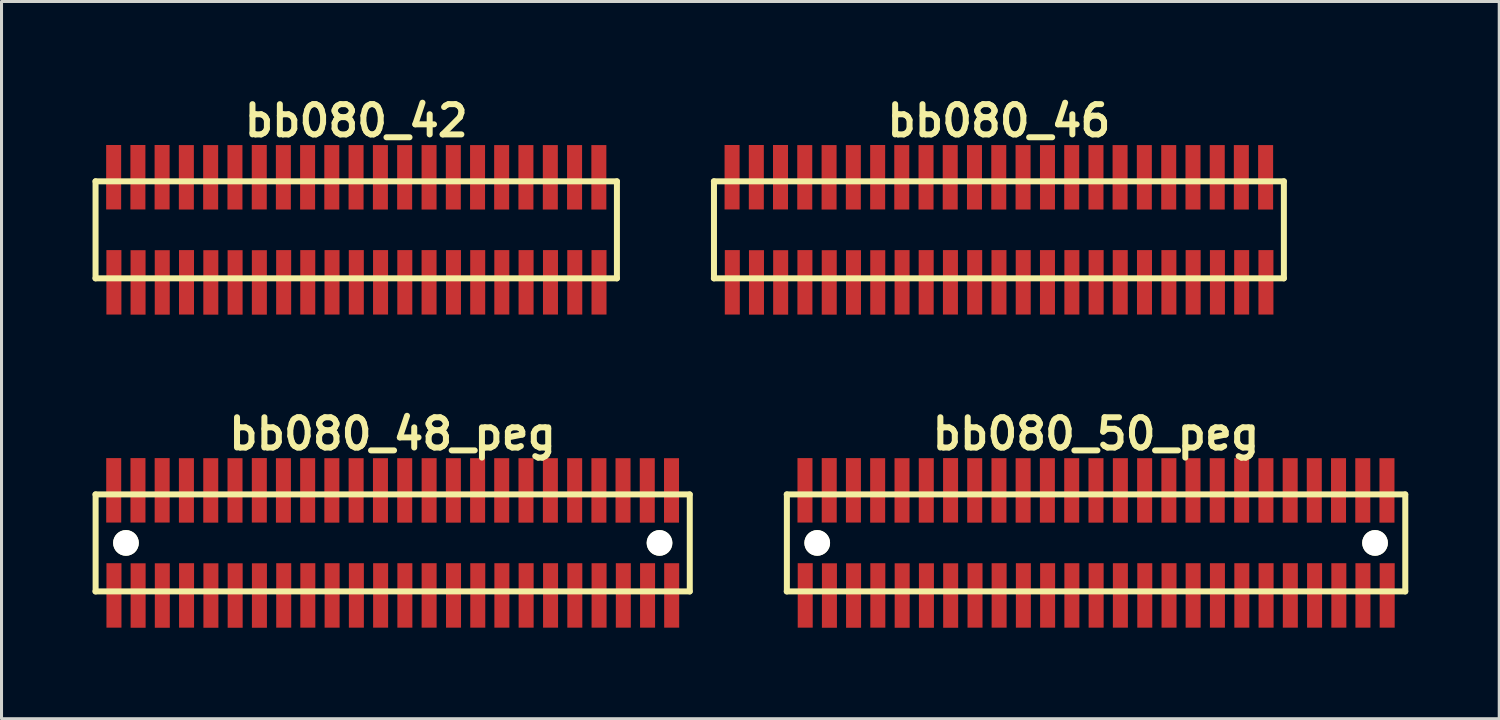
<source format=kicad_pcb>
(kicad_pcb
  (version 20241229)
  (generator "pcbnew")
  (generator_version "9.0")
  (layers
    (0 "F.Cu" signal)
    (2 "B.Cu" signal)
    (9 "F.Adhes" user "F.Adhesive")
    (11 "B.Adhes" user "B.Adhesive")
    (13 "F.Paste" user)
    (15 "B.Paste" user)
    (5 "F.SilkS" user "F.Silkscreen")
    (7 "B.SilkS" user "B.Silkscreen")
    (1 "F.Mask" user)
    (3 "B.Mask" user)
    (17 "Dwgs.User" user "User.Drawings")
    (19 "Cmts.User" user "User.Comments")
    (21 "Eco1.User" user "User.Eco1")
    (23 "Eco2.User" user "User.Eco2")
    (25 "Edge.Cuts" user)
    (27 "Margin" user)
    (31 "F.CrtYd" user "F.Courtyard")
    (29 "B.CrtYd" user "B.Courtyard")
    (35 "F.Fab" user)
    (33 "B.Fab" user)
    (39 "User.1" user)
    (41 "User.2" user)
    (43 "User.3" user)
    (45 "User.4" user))
  (footprint "bb080_42"
    (layer "F.Cu")
    (at 8.7 4.531)
    (property "Reference" "bb080_42" (at 0 -3.599 0) (layer "F.SilkS") (effects (font (size 0.998 0.998) (thickness 0.198))))
    (attr through_hole)
    (fp_line (start -8.6 -1.6) (end 8.6 -1.6) (stroke (width 0.198) (type solid)) (layer "F.SilkS"))
    (fp_line (start -8.598 -1.6) (end -8.598 1.6) (stroke (width 0.198) (type solid)) (layer "F.SilkS"))
    (fp_line (start 8.6 1.6) (end -8.6 1.6) (stroke (width 0.198) (type solid)) (layer "F.SilkS"))
    (fp_line (start 8.6 1.6) (end 8.6 -1.6) (stroke (width 0.198) (type solid)) (layer "F.SilkS"))
    (pad "1" smd rect (at -7.993 1.732) (size 0.495 2.126) (layers "F.Cu" "F.Mask" "F.Paste"))
    (pad "2" smd rect (at -8.001 -1.735) (size 0.495 2.126) (layers "F.Cu" "F.Mask" "F.Paste"))
    (pad "3" smd rect (at -7.196 1.735) (size 0.495 2.126) (layers "F.Cu" "F.Mask" "F.Paste"))
    (pad "4" smd rect (at -7.201 -1.735) (size 0.495 2.126) (layers "F.Cu" "F.Mask" "F.Paste"))
    (pad "5" smd rect (at -6.398 1.735) (size 0.495 2.126) (layers "F.Cu" "F.Mask" "F.Paste"))
    (pad "6" smd rect (at -6.403 -1.735) (size 0.495 2.126) (layers "F.Cu" "F.Mask" "F.Paste"))
    (pad "7" smd rect (at -5.598 1.732) (size 0.495 2.126) (layers "F.Cu" "F.Mask" "F.Paste"))
    (pad "8" smd rect (at -5.603 -1.732) (size 0.495 2.126) (layers "F.Cu" "F.Mask" "F.Paste"))
    (pad "9" smd rect (at -4.796 1.735) (size 0.495 2.126) (layers "F.Cu" "F.Mask" "F.Paste"))
    (pad "10" smd rect (at -4.801 -1.732) (size 0.495 2.126) (layers "F.Cu" "F.Mask" "F.Paste"))
    (pad "11" smd rect (at -3.995 1.735) (size 0.495 2.126) (layers "F.Cu" "F.Mask" "F.Paste"))
    (pad "12" smd rect (at -4 -1.732) (size 0.495 2.126) (layers "F.Cu" "F.Mask" "F.Paste"))
    (pad "13" smd rect (at -3.195 1.735) (size 0.495 2.126) (layers "F.Cu" "F.Mask" "F.Paste"))
    (pad "14" smd rect (at -3.198 -1.735) (size 0.495 2.126) (layers "F.Cu" "F.Mask" "F.Paste"))
    (pad "15" smd rect (at -2.393 1.732) (size 0.495 2.126) (layers "F.Cu" "F.Mask" "F.Paste"))
    (pad "16" smd rect (at -2.403 -1.732) (size 0.495 2.126) (layers "F.Cu" "F.Mask" "F.Paste"))
    (pad "17" smd rect (at -1.598 1.732) (size 0.495 2.126) (layers "F.Cu" "F.Mask" "F.Paste"))
    (pad "18" smd rect (at -1.603 -1.732) (size 0.495 2.126) (layers "F.Cu" "F.Mask" "F.Paste"))
    (pad "19" smd rect (at -0.798 1.732) (size 0.495 2.126) (layers "F.Cu" "F.Mask" "F.Paste"))
    (pad "20" smd rect (at -0.805 -1.732) (size 0.495 2.126) (layers "F.Cu" "F.Mask" "F.Paste"))
    (pad "21" smd rect (at 0.003 1.732) (size 0.495 2.126) (layers "F.Cu" "F.Mask" "F.Paste"))
    (pad "22" smd rect (at -0.005 -1.732) (size 0.495 2.126) (layers "F.Cu" "F.Mask" "F.Paste"))
    (pad "23" smd rect (at 0.803 1.732) (size 0.495 2.126) (layers "F.Cu" "F.Mask" "F.Paste"))
    (pad "24" smd rect (at 0.798 -1.732) (size 0.495 2.126) (layers "F.Cu" "F.Mask" "F.Paste"))
    (pad "25" smd rect (at 1.603 1.732) (size 0.495 2.126) (layers "F.Cu" "F.Mask" "F.Paste"))
    (pad "26" smd rect (at 1.598 -1.732) (size 0.495 2.126) (layers "F.Cu" "F.Mask" "F.Paste"))
    (pad "27" smd rect (at 2.403 1.732) (size 0.495 2.126) (layers "F.Cu" "F.Mask" "F.Paste"))
    (pad "28" smd rect (at 2.403 -1.732) (size 0.495 2.126) (layers "F.Cu" "F.Mask" "F.Paste"))
    (pad "29" smd rect (at 3.208 1.732) (size 0.495 2.126) (layers "F.Cu" "F.Mask" "F.Paste"))
    (pad "30" smd rect (at 3.203 -1.732) (size 0.495 2.126) (layers "F.Cu" "F.Mask" "F.Paste"))
    (pad "31" smd rect (at 4.008 1.732) (size 0.495 2.126) (layers "F.Cu" "F.Mask" "F.Paste"))
    (pad "32" smd rect (at 4.003 -1.732) (size 0.495 2.126) (layers "F.Cu" "F.Mask" "F.Paste"))
    (pad "33" smd rect (at 4.803 1.732) (size 0.495 2.126) (layers "F.Cu" "F.Mask" "F.Paste"))
    (pad "34" smd rect (at 4.798 -1.732) (size 0.495 2.126) (layers "F.Cu" "F.Mask" "F.Paste"))
    (pad "35" smd rect (at 5.603 1.732) (size 0.495 2.126) (layers "F.Cu" "F.Mask" "F.Paste"))
    (pad "36" smd rect (at 5.598 -1.732) (size 0.495 2.126) (layers "F.Cu" "F.Mask" "F.Paste"))
    (pad "37" smd rect (at 6.408 1.732) (size 0.495 2.126) (layers "F.Cu" "F.Mask" "F.Paste"))
    (pad "38" smd rect (at 6.403 -1.732) (size 0.495 2.126) (layers "F.Cu" "F.Mask" "F.Paste"))
    (pad "39" smd rect (at 7.209 1.732) (size 0.495 2.126) (layers "F.Cu" "F.Mask" "F.Paste"))
    (pad "40" smd rect (at 7.203 -1.732) (size 0.495 2.126) (layers "F.Cu" "F.Mask" "F.Paste"))
    (pad "41" smd rect (at 8.009 1.732) (size 0.495 2.126) (layers "F.Cu" "F.Mask" "F.Paste"))
    (pad "42" smd rect (at 8.004 -1.732) (size 0.495 2.126) (layers "F.Cu" "F.Mask" "F.Paste")))
  (footprint "bb080_46"
    (layer "F.Cu")
    (at 29.899 4.531)
    (property "Reference" "bb080_46" (at 0 -3.599 0) (layer "F.SilkS") (effects (font (size 0.998 0.998) (thickness 0.198))))
    (attr through_hole)
    (fp_line (start -9.401 1.6) (end 9.401 1.6) (stroke (width 0.198) (type solid)) (layer "F.SilkS"))
    (fp_line (start -9.398 -1.6) (end -9.398 1.6) (stroke (width 0.198) (type solid)) (layer "F.SilkS"))
    (fp_line (start 9.401 -1.6) (end -9.401 -1.6) (stroke (width 0.198) (type solid)) (layer "F.SilkS"))
    (fp_line (start 9.401 1.6) (end 9.401 -1.6) (stroke (width 0.198) (type solid)) (layer "F.SilkS"))
    (pad "1" smd rect (at -8.793 1.732) (size 0.495 2.126) (layers "F.Cu" "F.Mask" "F.Paste"))
    (pad "2" smd rect (at -8.801 -1.735) (size 0.495 2.126) (layers "F.Cu" "F.Mask" "F.Paste"))
    (pad "3" smd rect (at -7.996 1.735) (size 0.495 2.126) (layers "F.Cu" "F.Mask" "F.Paste"))
    (pad "4" smd rect (at -8.001 -1.735) (size 0.495 2.126) (layers "F.Cu" "F.Mask" "F.Paste"))
    (pad "5" smd rect (at -7.198 1.735) (size 0.495 2.126) (layers "F.Cu" "F.Mask" "F.Paste"))
    (pad "6" smd rect (at -7.203 -1.735) (size 0.495 2.126) (layers "F.Cu" "F.Mask" "F.Paste"))
    (pad "7" smd rect (at -6.398 1.732) (size 0.495 2.126) (layers "F.Cu" "F.Mask" "F.Paste"))
    (pad "8" smd rect (at -6.403 -1.732) (size 0.495 2.126) (layers "F.Cu" "F.Mask" "F.Paste"))
    (pad "9" smd rect (at -5.596 1.735) (size 0.495 2.126) (layers "F.Cu" "F.Mask" "F.Paste"))
    (pad "10" smd rect (at -5.601 -1.732) (size 0.495 2.126) (layers "F.Cu" "F.Mask" "F.Paste"))
    (pad "11" smd rect (at -4.796 1.735) (size 0.495 2.126) (layers "F.Cu" "F.Mask" "F.Paste"))
    (pad "12" smd rect (at -4.801 -1.732) (size 0.495 2.126) (layers "F.Cu" "F.Mask" "F.Paste"))
    (pad "13" smd rect (at -3.995 1.735) (size 0.495 2.126) (layers "F.Cu" "F.Mask" "F.Paste"))
    (pad "14" smd rect (at -3.998 -1.735) (size 0.495 2.126) (layers "F.Cu" "F.Mask" "F.Paste"))
    (pad "15" smd rect (at -3.193 1.732) (size 0.495 2.126) (layers "F.Cu" "F.Mask" "F.Paste"))
    (pad "16" smd rect (at -3.203 -1.732) (size 0.495 2.126) (layers "F.Cu" "F.Mask" "F.Paste"))
    (pad "17" smd rect (at -2.398 1.732) (size 0.495 2.126) (layers "F.Cu" "F.Mask" "F.Paste"))
    (pad "18" smd rect (at -2.403 -1.732) (size 0.495 2.126) (layers "F.Cu" "F.Mask" "F.Paste"))
    (pad "19" smd rect (at -1.598 1.732) (size 0.495 2.126) (layers "F.Cu" "F.Mask" "F.Paste"))
    (pad "20" smd rect (at -1.605 -1.732) (size 0.495 2.126) (layers "F.Cu" "F.Mask" "F.Paste"))
    (pad "21" smd rect (at -0.798 1.732) (size 0.495 2.126) (layers "F.Cu" "F.Mask" "F.Paste"))
    (pad "22" smd rect (at -0.805 -1.732) (size 0.495 2.126) (layers "F.Cu" "F.Mask" "F.Paste"))
    (pad "23" smd rect (at 0.003 1.732) (size 0.495 2.126) (layers "F.Cu" "F.Mask" "F.Paste"))
    (pad "24" smd rect (at -0.003 -1.732) (size 0.495 2.126) (layers "F.Cu" "F.Mask" "F.Paste"))
    (pad "25" smd rect (at 0.803 1.732) (size 0.495 2.126) (layers "F.Cu" "F.Mask" "F.Paste"))
    (pad "26" smd rect (at 0.798 -1.732) (size 0.495 2.126) (layers "F.Cu" "F.Mask" "F.Paste"))
    (pad "27" smd rect (at 1.603 1.732) (size 0.495 2.126) (layers "F.Cu" "F.Mask" "F.Paste"))
    (pad "28" smd rect (at 1.603 -1.732) (size 0.495 2.126) (layers "F.Cu" "F.Mask" "F.Paste"))
    (pad "29" smd rect (at 2.408 1.732) (size 0.495 2.126) (layers "F.Cu" "F.Mask" "F.Paste"))
    (pad "30" smd rect (at 2.403 -1.732) (size 0.495 2.126) (layers "F.Cu" "F.Mask" "F.Paste"))
    (pad "31" smd rect (at 3.208 1.732) (size 0.495 2.126) (layers "F.Cu" "F.Mask" "F.Paste"))
    (pad "32" smd rect (at 3.203 -1.732) (size 0.495 2.126) (layers "F.Cu" "F.Mask" "F.Paste"))
    (pad "33" smd rect (at 4.003 1.732) (size 0.495 2.126) (layers "F.Cu" "F.Mask" "F.Paste"))
    (pad "34" smd rect (at 3.998 -1.732) (size 0.495 2.126) (layers "F.Cu" "F.Mask" "F.Paste"))
    (pad "35" smd rect (at 4.803 1.732) (size 0.495 2.126) (layers "F.Cu" "F.Mask" "F.Paste"))
    (pad "36" smd rect (at 4.798 -1.732) (size 0.495 2.126) (layers "F.Cu" "F.Mask" "F.Paste"))
    (pad "37" smd rect (at 5.608 1.732) (size 0.495 2.126) (layers "F.Cu" "F.Mask" "F.Paste"))
    (pad "38" smd rect (at 5.603 -1.732) (size 0.495 2.126) (layers "F.Cu" "F.Mask" "F.Paste"))
    (pad "39" smd rect (at 6.408 1.732) (size 0.495 2.126) (layers "F.Cu" "F.Mask" "F.Paste"))
    (pad "40" smd rect (at 6.403 -1.732) (size 0.495 2.126) (layers "F.Cu" "F.Mask" "F.Paste"))
    (pad "41" smd rect (at 7.209 1.732) (size 0.495 2.126) (layers "F.Cu" "F.Mask" "F.Paste"))
    (pad "42" smd rect (at 7.203 -1.732) (size 0.495 2.126) (layers "F.Cu" "F.Mask" "F.Paste"))
    (pad "43" smd rect (at 8.009 1.732) (size 0.495 2.126) (layers "F.Cu" "F.Mask" "F.Paste"))
    (pad "44" smd rect (at 7.998 -1.732) (size 0.495 2.126) (layers "F.Cu" "F.Mask" "F.Paste"))
    (pad "45" smd rect (at 8.809 1.732) (size 0.495 2.126) (layers "F.Cu" "F.Mask" "F.Paste"))
    (pad "46" smd rect (at 8.799 -1.732) (size 0.495 2.126) (layers "F.Cu" "F.Mask" "F.Paste")))
  (footprint "bb080_48_peg"
    (layer "F.Cu")
    (at 9.901 14.859)
    (property "Reference" "bb080_48_peg" (at 0 -3.599 0) (layer "F.SilkS") (effects (font (size 0.998 0.998) (thickness 0.198))))
    (attr through_hole)
    (fp_line (start -9.802 1.6) (end 9.799 1.6) (stroke (width 0.198) (type solid)) (layer "F.SilkS"))
    (fp_line (start -9.797 -1.6) (end -9.797 1.6) (stroke (width 0.198) (type solid)) (layer "F.SilkS"))
    (fp_line (start 9.799 -1.6) (end -9.802 -1.6) (stroke (width 0.198) (type solid)) (layer "F.SilkS"))
    (fp_line (start 9.802 1.6) (end 9.802 -1.6) (stroke (width 0.198) (type solid)) (layer "F.SilkS"))
    (pad "" np_thru_hole circle (at -8.796 0) (size 0.848 0.848) (drill 0.848) (layers "*.Cu" "*.Mask" "F.SilkS"))
    (pad "" np_thru_hole circle (at 8.804 0) (size 0.848 0.848) (drill 0.848) (layers "*.Cu" "*.Mask" "F.SilkS"))
    (pad "1" smd rect (at -9.192 1.732) (size 0.495 2.126) (layers "F.Cu" "F.Mask" "F.Paste"))
    (pad "2" smd rect (at -9.2 -1.735) (size 0.495 2.126) (layers "F.Cu" "F.Mask" "F.Paste"))
    (pad "3" smd rect (at -8.395 1.735) (size 0.495 2.126) (layers "F.Cu" "F.Mask" "F.Paste"))
    (pad "4" smd rect (at -8.4 -1.735) (size 0.495 2.126) (layers "F.Cu" "F.Mask" "F.Paste"))
    (pad "5" smd rect (at -7.597 1.735) (size 0.495 2.126) (layers "F.Cu" "F.Mask" "F.Paste"))
    (pad "6" smd rect (at -7.602 -1.735) (size 0.495 2.126) (layers "F.Cu" "F.Mask" "F.Paste"))
    (pad "7" smd rect (at -6.797 1.732) (size 0.495 2.126) (layers "F.Cu" "F.Mask" "F.Paste"))
    (pad "8" smd rect (at -6.802 -1.732) (size 0.495 2.126) (layers "F.Cu" "F.Mask" "F.Paste"))
    (pad "9" smd rect (at -5.994 1.735) (size 0.495 2.126) (layers "F.Cu" "F.Mask" "F.Paste"))
    (pad "10" smd rect (at -5.999 -1.732) (size 0.495 2.126) (layers "F.Cu" "F.Mask" "F.Paste"))
    (pad "11" smd rect (at -5.194 1.735) (size 0.495 2.126) (layers "F.Cu" "F.Mask" "F.Paste"))
    (pad "12" smd rect (at -5.199 -1.732) (size 0.495 2.126) (layers "F.Cu" "F.Mask" "F.Paste"))
    (pad "13" smd rect (at -4.394 1.735) (size 0.495 2.126) (layers "F.Cu" "F.Mask" "F.Paste"))
    (pad "14" smd rect (at -4.397 -1.735) (size 0.495 2.126) (layers "F.Cu" "F.Mask" "F.Paste"))
    (pad "15" smd rect (at -3.592 1.732) (size 0.495 2.126) (layers "F.Cu" "F.Mask" "F.Paste"))
    (pad "16" smd rect (at -3.602 -1.732) (size 0.495 2.126) (layers "F.Cu" "F.Mask" "F.Paste"))
    (pad "17" smd rect (at -2.797 1.732) (size 0.495 2.126) (layers "F.Cu" "F.Mask" "F.Paste"))
    (pad "18" smd rect (at -2.802 -1.732) (size 0.495 2.126) (layers "F.Cu" "F.Mask" "F.Paste"))
    (pad "19" smd rect (at -1.996 1.732) (size 0.495 2.126) (layers "F.Cu" "F.Mask" "F.Paste"))
    (pad "20" smd rect (at -2.004 -1.732) (size 0.495 2.126) (layers "F.Cu" "F.Mask" "F.Paste"))
    (pad "21" smd rect (at -1.196 1.732) (size 0.495 2.126) (layers "F.Cu" "F.Mask" "F.Paste"))
    (pad "22" smd rect (at -1.204 -1.732) (size 0.495 2.126) (layers "F.Cu" "F.Mask" "F.Paste"))
    (pad "23" smd rect (at -0.396 1.732) (size 0.495 2.126) (layers "F.Cu" "F.Mask" "F.Paste"))
    (pad "24" smd rect (at -0.401 -1.732) (size 0.495 2.126) (layers "F.Cu" "F.Mask" "F.Paste"))
    (pad "25" smd rect (at 0.404 1.732) (size 0.495 2.126) (layers "F.Cu" "F.Mask" "F.Paste"))
    (pad "26" smd rect (at 0.399 -1.732) (size 0.495 2.126) (layers "F.Cu" "F.Mask" "F.Paste"))
    (pad "27" smd rect (at 1.204 1.732) (size 0.495 2.126) (layers "F.Cu" "F.Mask" "F.Paste"))
    (pad "28" smd rect (at 1.204 -1.732) (size 0.495 2.126) (layers "F.Cu" "F.Mask" "F.Paste"))
    (pad "29" smd rect (at 2.009 1.732) (size 0.495 2.126) (layers "F.Cu" "F.Mask" "F.Paste"))
    (pad "30" smd rect (at 2.004 -1.732) (size 0.495 2.126) (layers "F.Cu" "F.Mask" "F.Paste"))
    (pad "31" smd rect (at 2.809 1.732) (size 0.495 2.126) (layers "F.Cu" "F.Mask" "F.Paste"))
    (pad "32" smd rect (at 2.804 -1.732) (size 0.495 2.126) (layers "F.Cu" "F.Mask" "F.Paste"))
    (pad "33" smd rect (at 3.604 1.732) (size 0.495 2.126) (layers "F.Cu" "F.Mask" "F.Paste"))
    (pad "34" smd rect (at 3.599 -1.732) (size 0.495 2.126) (layers "F.Cu" "F.Mask" "F.Paste"))
    (pad "35" smd rect (at 4.404 1.732) (size 0.495 2.126) (layers "F.Cu" "F.Mask" "F.Paste"))
    (pad "36" smd rect (at 4.399 -1.732) (size 0.495 2.126) (layers "F.Cu" "F.Mask" "F.Paste"))
    (pad "37" smd rect (at 5.21 1.732) (size 0.495 2.126) (layers "F.Cu" "F.Mask" "F.Paste"))
    (pad "38" smd rect (at 5.204 -1.732) (size 0.495 2.126) (layers "F.Cu" "F.Mask" "F.Paste"))
    (pad "39" smd rect (at 6.01 1.732) (size 0.495 2.126) (layers "F.Cu" "F.Mask" "F.Paste"))
    (pad "40" smd rect (at 6.005 -1.732) (size 0.495 2.126) (layers "F.Cu" "F.Mask" "F.Paste"))
    (pad "41" smd rect (at 6.81 1.732) (size 0.495 2.126) (layers "F.Cu" "F.Mask" "F.Paste"))
    (pad "42" smd rect (at 6.805 -1.732) (size 0.495 2.126) (layers "F.Cu" "F.Mask" "F.Paste"))
    (pad "43" smd rect (at 7.61 1.732) (size 0.495 2.126) (layers "F.Cu" "F.Mask" "F.Paste"))
    (pad "44" smd rect (at 7.6 -1.732) (size 0.495 2.126) (layers "F.Cu" "F.Mask" "F.Paste"))
    (pad "45" smd rect (at 8.41 1.732) (size 0.495 2.126) (layers "F.Cu" "F.Mask" "F.Paste"))
    (pad "46" smd rect (at 8.4 -1.732) (size 0.495 2.126) (layers "F.Cu" "F.Mask" "F.Paste"))
    (pad "47" smd rect (at 9.205 1.732) (size 0.495 2.126) (layers "F.Cu" "F.Mask" "F.Paste"))
    (pad "48" smd rect (at 9.2 -1.732) (size 0.495 2.126) (layers "F.Cu" "F.Mask" "F.Paste")))
  (footprint "bb080_50_peg"
    (layer "F.Cu")
    (at 33.102 14.859)
    (property "Reference" "bb080_50_peg" (at 0 -3.599 0) (layer "F.SilkS") (effects (font (size 0.998 0.998) (thickness 0.198))))
    (attr through_hole)
    (fp_line (start -10.201 1.6) (end 10.201 1.6) (stroke (width 0.198) (type solid)) (layer "F.SilkS"))
    (fp_line (start -10.196 -1.6) (end -10.196 1.6) (stroke (width 0.198) (type solid)) (layer "F.SilkS"))
    (fp_line (start 10.201 -1.6) (end -10.201 -1.6) (stroke (width 0.198) (type solid)) (layer "F.SilkS"))
    (fp_line (start 10.203 1.6) (end 10.203 -1.6) (stroke (width 0.198) (type solid)) (layer "F.SilkS"))
    (pad "" np_thru_hole circle (at -9.195 0) (size 0.848 0.848) (drill 0.848) (layers "*.Cu" "*.Mask" "F.SilkS"))
    (pad "" np_thru_hole circle (at 9.205 0) (size 0.848 0.848) (drill 0.848) (layers "*.Cu" "*.Mask" "F.SilkS"))
    (pad "1" smd rect (at -9.591 1.732) (size 0.495 2.126) (layers "F.Cu" "F.Mask" "F.Paste"))
    (pad "2" smd rect (at -9.599 -1.735) (size 0.495 2.126) (layers "F.Cu" "F.Mask" "F.Paste"))
    (pad "3" smd rect (at -8.793 1.735) (size 0.495 2.126) (layers "F.Cu" "F.Mask" "F.Paste"))
    (pad "4" smd rect (at -8.799 -1.735) (size 0.495 2.126) (layers "F.Cu" "F.Mask" "F.Paste"))
    (pad "5" smd rect (at -7.996 1.735) (size 0.495 2.126) (layers "F.Cu" "F.Mask" "F.Paste"))
    (pad "6" smd rect (at -8.001 -1.735) (size 0.495 2.126) (layers "F.Cu" "F.Mask" "F.Paste"))
    (pad "7" smd rect (at -7.196 1.732) (size 0.495 2.126) (layers "F.Cu" "F.Mask" "F.Paste"))
    (pad "8" smd rect (at -7.201 -1.732) (size 0.495 2.126) (layers "F.Cu" "F.Mask" "F.Paste"))
    (pad "9" smd rect (at -6.393 1.735) (size 0.495 2.126) (layers "F.Cu" "F.Mask" "F.Paste"))
    (pad "10" smd rect (at -6.398 -1.732) (size 0.495 2.126) (layers "F.Cu" "F.Mask" "F.Paste"))
    (pad "11" smd rect (at -5.593 1.735) (size 0.495 2.126) (layers "F.Cu" "F.Mask" "F.Paste"))
    (pad "12" smd rect (at -5.598 -1.732) (size 0.495 2.126) (layers "F.Cu" "F.Mask" "F.Paste"))
    (pad "13" smd rect (at -4.793 1.735) (size 0.495 2.126) (layers "F.Cu" "F.Mask" "F.Paste"))
    (pad "14" smd rect (at -4.796 -1.735) (size 0.495 2.126) (layers "F.Cu" "F.Mask" "F.Paste"))
    (pad "15" smd rect (at -3.99 1.732) (size 0.495 2.126) (layers "F.Cu" "F.Mask" "F.Paste"))
    (pad "16" smd rect (at -4 -1.732) (size 0.495 2.126) (layers "F.Cu" "F.Mask" "F.Paste"))
    (pad "17" smd rect (at -3.195 1.732) (size 0.495 2.126) (layers "F.Cu" "F.Mask" "F.Paste"))
    (pad "18" smd rect (at -3.2 -1.732) (size 0.495 2.126) (layers "F.Cu" "F.Mask" "F.Paste"))
    (pad "19" smd rect (at -2.395 1.732) (size 0.495 2.126) (layers "F.Cu" "F.Mask" "F.Paste"))
    (pad "20" smd rect (at -2.403 -1.732) (size 0.495 2.126) (layers "F.Cu" "F.Mask" "F.Paste"))
    (pad "21" smd rect (at -1.595 1.732) (size 0.495 2.126) (layers "F.Cu" "F.Mask" "F.Paste"))
    (pad "22" smd rect (at -1.603 -1.732) (size 0.495 2.126) (layers "F.Cu" "F.Mask" "F.Paste"))
    (pad "23" smd rect (at -0.795 1.732) (size 0.495 2.126) (layers "F.Cu" "F.Mask" "F.Paste"))
    (pad "24" smd rect (at -0.8 -1.732) (size 0.495 2.126) (layers "F.Cu" "F.Mask" "F.Paste"))
    (pad "25" smd rect (at 0.005 1.732) (size 0.495 2.126) (layers "F.Cu" "F.Mask" "F.Paste"))
    (pad "26" smd rect (at 0 -1.732) (size 0.495 2.126) (layers "F.Cu" "F.Mask" "F.Paste"))
    (pad "27" smd rect (at 0.805 1.732) (size 0.495 2.126) (layers "F.Cu" "F.Mask" "F.Paste"))
    (pad "28" smd rect (at 0.805 -1.732) (size 0.495 2.126) (layers "F.Cu" "F.Mask" "F.Paste"))
    (pad "29" smd rect (at 1.61 1.732) (size 0.495 2.126) (layers "F.Cu" "F.Mask" "F.Paste"))
    (pad "30" smd rect (at 1.605 -1.732) (size 0.495 2.126) (layers "F.Cu" "F.Mask" "F.Paste"))
    (pad "31" smd rect (at 2.41 1.732) (size 0.495 2.126) (layers "F.Cu" "F.Mask" "F.Paste"))
    (pad "32" smd rect (at 2.405 -1.732) (size 0.495 2.126) (layers "F.Cu" "F.Mask" "F.Paste"))
    (pad "33" smd rect (at 3.205 1.732) (size 0.495 2.126) (layers "F.Cu" "F.Mask" "F.Paste"))
    (pad "34" smd rect (at 3.2 -1.732) (size 0.495 2.126) (layers "F.Cu" "F.Mask" "F.Paste"))
    (pad "35" smd rect (at 4.006 1.732) (size 0.495 2.126) (layers "F.Cu" "F.Mask" "F.Paste"))
    (pad "36" smd rect (at 4 -1.732) (size 0.495 2.126) (layers "F.Cu" "F.Mask" "F.Paste"))
    (pad "37" smd rect (at 4.811 1.732) (size 0.495 2.126) (layers "F.Cu" "F.Mask" "F.Paste"))
    (pad "38" smd rect (at 4.806 -1.732) (size 0.495 2.126) (layers "F.Cu" "F.Mask" "F.Paste"))
    (pad "39" smd rect (at 5.611 1.732) (size 0.495 2.126) (layers "F.Cu" "F.Mask" "F.Paste"))
    (pad "40" smd rect (at 5.606 -1.732) (size 0.495 2.126) (layers "F.Cu" "F.Mask" "F.Paste"))
    (pad "41" smd rect (at 6.411 1.732) (size 0.495 2.126) (layers "F.Cu" "F.Mask" "F.Paste"))
    (pad "42" smd rect (at 6.406 -1.732) (size 0.495 2.126) (layers "F.Cu" "F.Mask" "F.Paste"))
    (pad "43" smd rect (at 7.211 1.732) (size 0.495 2.126) (layers "F.Cu" "F.Mask" "F.Paste"))
    (pad "44" smd rect (at 7.201 -1.732) (size 0.495 2.126) (layers "F.Cu" "F.Mask" "F.Paste"))
    (pad "45" smd rect (at 8.011 1.732) (size 0.495 2.126) (layers "F.Cu" "F.Mask" "F.Paste"))
    (pad "46" smd rect (at 8.001 -1.732) (size 0.495 2.126) (layers "F.Cu" "F.Mask" "F.Paste"))
    (pad "47" smd rect (at 8.806 1.732) (size 0.495 2.126) (layers "F.Cu" "F.Mask" "F.Paste"))
    (pad "48" smd rect (at 8.801 -1.732) (size 0.495 2.126) (layers "F.Cu" "F.Mask" "F.Paste"))
    (pad "49" smd rect (at 9.606 1.732) (size 0.495 2.126) (layers "F.Cu" "F.Mask" "F.Paste"))
    (pad "50" smd rect (at 9.599 -1.732) (size 0.495 2.126) (layers "F.Cu" "F.Mask" "F.Paste")))
  (gr_rect
    (start -3 -3)
    (end 46.404 20.657)
    (stroke (width 0.1) (type default))
    (fill no)
    (layer "Edge.Cuts")))
</source>
